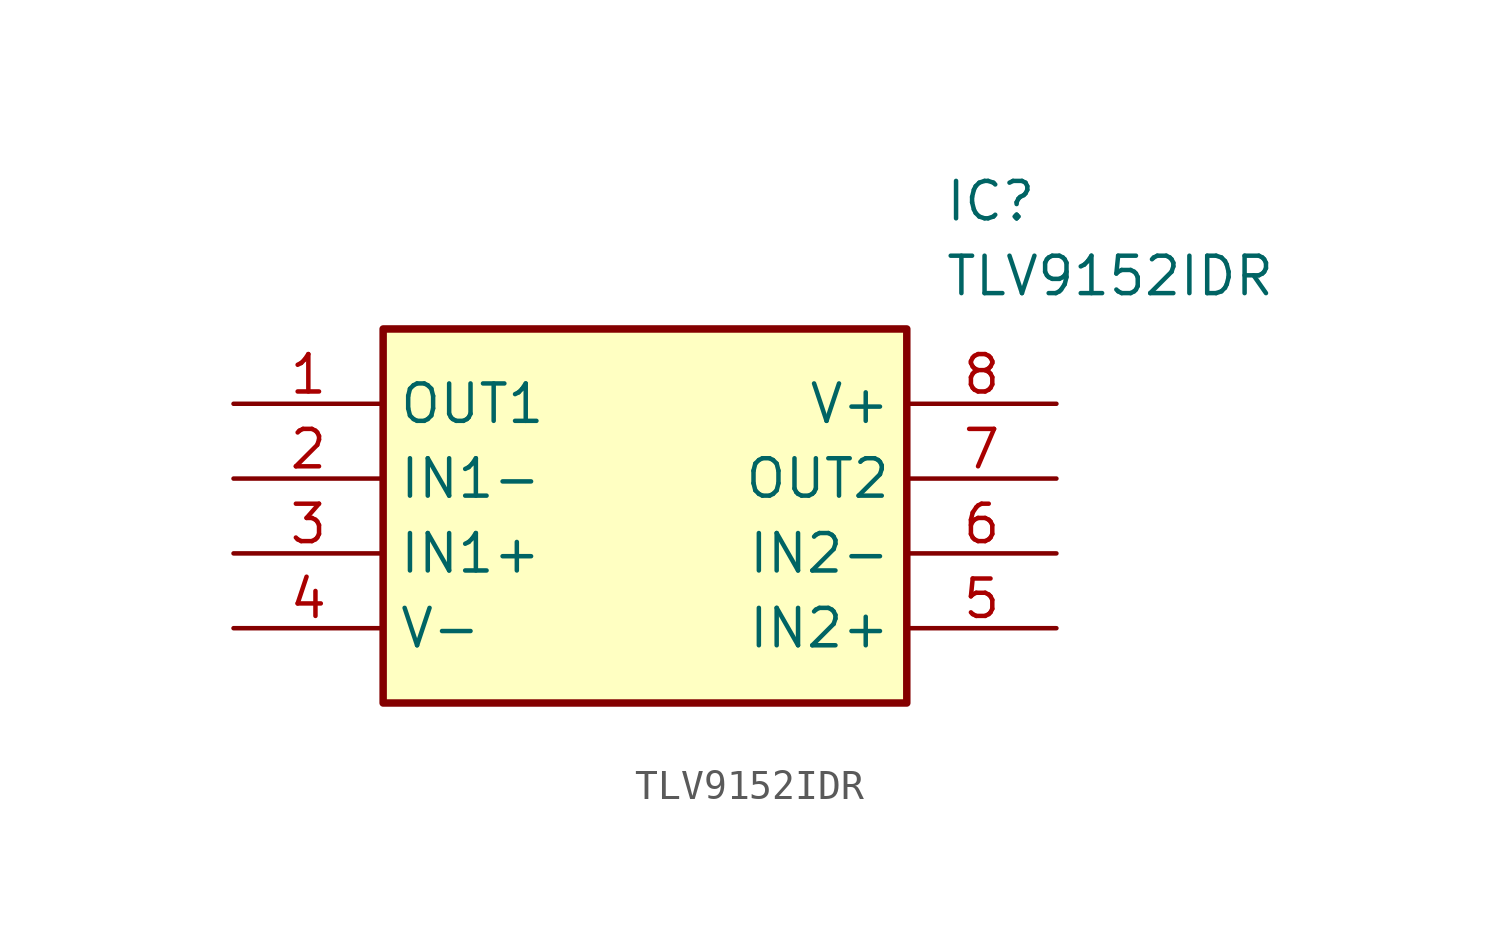
<source format=kicad_sym>
(kicad_symbol_lib
  (version 20211014)
  (generator SamacSys_ECAD_Model)
  (symbol "TLV9152IDR"
    (property "Reference" "IC"
      (at 24.13 7.62 0)
      (effects (font (size 1.27 1.27)) (justify left top)))
    (property "Value" "TLV9152IDR"
      (at 24.13 5.08 0)
      (effects (font (size 1.27 1.27)) (justify left top)))
    (rectangle
      (start 5.08 2.54)
      (end 22.86 -10.16)
      (stroke (width 0.254) (type default))
      (fill (type background)))
    (pin passive line
      (at 0 0 0)
      (length 5.08)
      (name "OUT1" (effects (font (size 1.27 1.27))))
      (number "1" (effects (font (size 1.27 1.27)))))
    (pin passive line
      (at 0 -2.54 0)
      (length 5.08)
      (name "IN1-" (effects (font (size 1.27 1.27))))
      (number "2" (effects (font (size 1.27 1.27)))))
    (pin passive line
      (at 0 -5.08 0)
      (length 5.08)
      (name "IN1+" (effects (font (size 1.27 1.27))))
      (number "3" (effects (font (size 1.27 1.27)))))
    (pin passive line
      (at 0 -7.62 0)
      (length 5.08)
      (name "V-" (effects (font (size 1.27 1.27))))
      (number "4" (effects (font (size 1.27 1.27)))))
    (pin passive line
      (at 27.94 0 180)
      (length 5.08)
      (name "V+" (effects (font (size 1.27 1.27))))
      (number "8" (effects (font (size 1.27 1.27)))))
    (pin passive line
      (at 27.94 -2.54 180)
      (length 5.08)
      (name "OUT2" (effects (font (size 1.27 1.27))))
      (number "7" (effects (font (size 1.27 1.27)))))
    (pin passive line
      (at 27.94 -5.08 180)
      (length 5.08)
      (name "IN2-" (effects (font (size 1.27 1.27))))
      (number "6" (effects (font (size 1.27 1.27)))))
    (pin passive line
      (at 27.94 -7.62 180)
      (length 5.08)
      (name "IN2+" (effects (font (size 1.27 1.27))))
      (number "5" (effects (font (size 1.27 1.27)))))))
</source>
